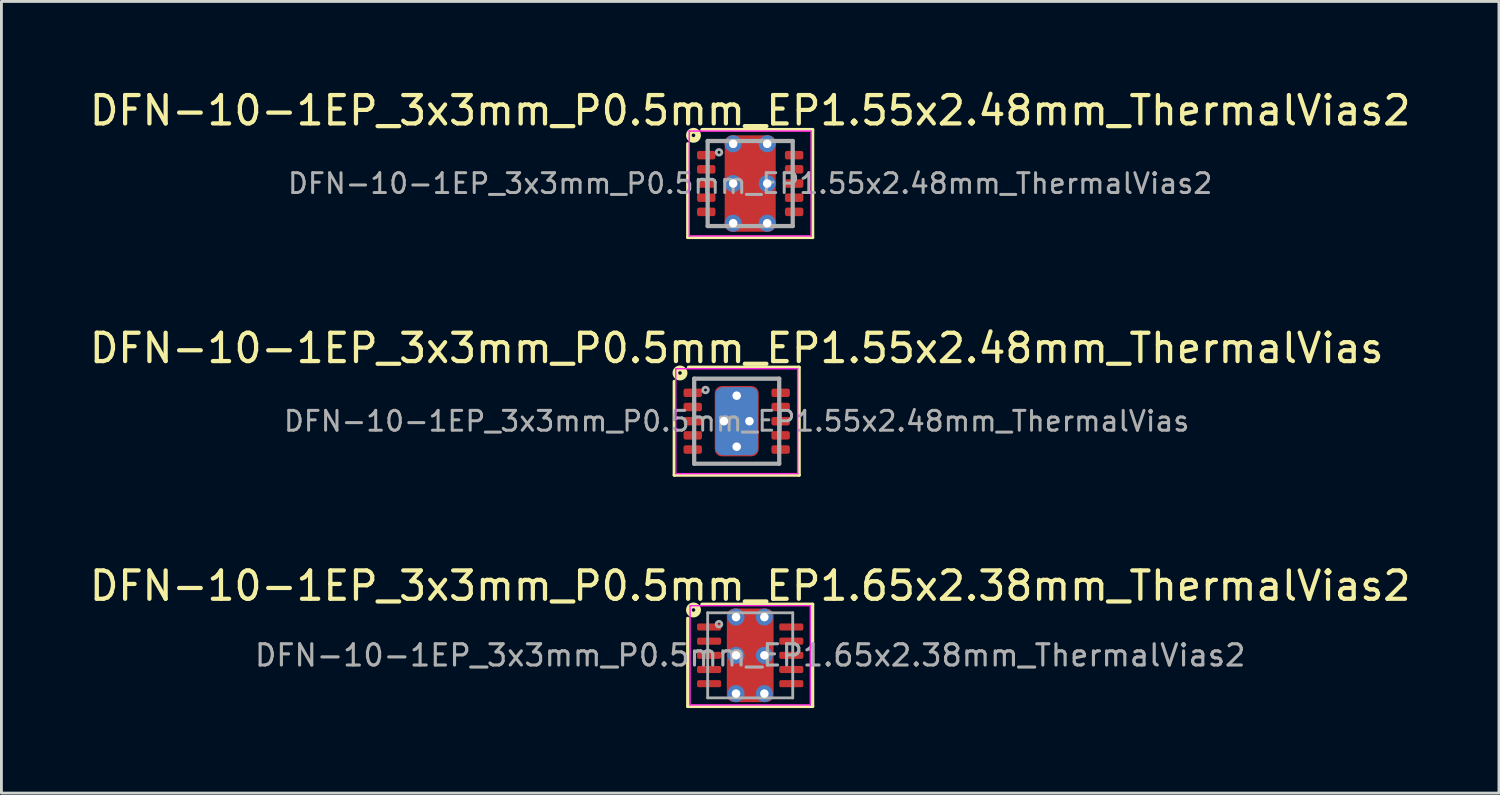
<source format=kicad_pcb>
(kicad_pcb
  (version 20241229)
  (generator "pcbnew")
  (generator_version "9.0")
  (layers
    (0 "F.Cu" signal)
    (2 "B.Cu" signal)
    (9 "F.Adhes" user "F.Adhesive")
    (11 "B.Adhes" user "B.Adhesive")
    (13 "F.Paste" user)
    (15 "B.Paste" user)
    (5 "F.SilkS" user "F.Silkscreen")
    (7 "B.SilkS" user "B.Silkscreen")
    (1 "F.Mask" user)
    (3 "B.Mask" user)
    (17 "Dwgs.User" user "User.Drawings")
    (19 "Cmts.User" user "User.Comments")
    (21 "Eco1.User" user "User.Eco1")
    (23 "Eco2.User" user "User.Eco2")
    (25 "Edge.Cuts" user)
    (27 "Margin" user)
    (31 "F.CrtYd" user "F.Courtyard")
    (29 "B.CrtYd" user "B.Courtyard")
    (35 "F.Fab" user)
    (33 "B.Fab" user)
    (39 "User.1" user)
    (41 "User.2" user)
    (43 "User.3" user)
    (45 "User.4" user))
  (footprint "DFN-10-1EP_3x3mm_P0.5mm_EP1.65x2.38mm_ThermalVias2"
    (layer "F.Cu")
    (at 23.411 20.065)
    (property "Reference" "DFN-10-1EP_3x3mm_P0.5mm_EP1.65x2.38mm_ThermalVias2" (at 0 -2.45 0) (layer "F.SilkS") (effects (font (size 1 1) (thickness 0.15))))
    (attr smd)
    (fp_line (start -2.2 1.8) (end -2.2 -1.3) (stroke (width 0.12) (type solid)) (layer "F.SilkS"))
    (fp_line (start -1.7 -1.8) (end 2.2 -1.8) (stroke (width 0.12) (type solid)) (layer "F.SilkS"))
    (fp_line (start 2.2 -1.8) (end 2.2 1.8) (stroke (width 0.12) (type solid)) (layer "F.SilkS"))
    (fp_line (start 2.2 1.8) (end -2.2 1.8) (stroke (width 0.12) (type solid)) (layer "F.SilkS"))
    (fp_circle (center -2 -1.6) (end -1.937 -1.6) (stroke (width 0.2) (type solid)) (fill no) (layer "F.SilkS"))
    (fp_line (start -2.12 -1.75) (end -2.12 1.75) (stroke (width 0.05) (type solid)) (layer "F.CrtYd"))
    (fp_line (start -2.12 1.75) (end 2.12 1.75) (stroke (width 0.05) (type solid)) (layer "F.CrtYd"))
    (fp_line (start 2.12 -1.75) (end -2.12 -1.75) (stroke (width 0.05) (type solid)) (layer "F.CrtYd"))
    (fp_line (start 2.12 1.75) (end 2.12 -1.75) (stroke (width 0.05) (type solid)) (layer "F.CrtYd"))
    (fp_line (start -1.5 -1.5) (end 1.5 -1.5) (stroke (width 0.1) (type solid)) (layer "F.Fab"))
    (fp_line (start -1.5 1.5) (end -1.5 -1.5) (stroke (width 0.1) (type solid)) (layer "F.Fab"))
    (fp_line (start 1.5 -1.5) (end 1.5 1.5) (stroke (width 0.1) (type solid)) (layer "F.Fab"))
    (fp_line (start 1.5 1.5) (end -1.5 1.5) (stroke (width 0.1) (type solid)) (layer "F.Fab"))
    (fp_circle (center -1.1 -1.1) (end -1 -1.1) (stroke (width 0.1) (type solid)) (fill no) (layer "F.Fab"))
    (fp_text user "${REFERENCE}" (at 0 0 0) (layer "F.Fab") (effects (font (size 0.75 0.75) (thickness 0.11))))
    (pad "" smd roundrect (at -0.375 -0.675) (size 0.55 0.55) (layers "F.Paste") (roundrect_rratio 0.25))
    (pad "" smd roundrect (at -0.375 0.675) (size 0.55 0.55) (layers "F.Paste") (roundrect_rratio 0.25))
    (pad "" smd roundrect (at 0 -0.675) (size 1.45 0.75) (layers "F.Mask") (roundrect_rratio 0.25))
    (pad "" smd roundrect (at 0 0.675) (size 1.45 0.75) (layers "F.Mask") (roundrect_rratio 0.25))
    (pad "" smd roundrect (at 0.375 -0.675) (size 0.55 0.55) (layers "F.Paste") (roundrect_rratio 0.25))
    (pad "" smd roundrect (at 0.375 0.675) (size 0.55 0.55) (layers "F.Paste") (roundrect_rratio 0.25))
    (pad "1" smd roundrect (at -1.45 -1) (size 0.85 0.25) (layers "F.Cu" "F.Mask" "F.Paste") (roundrect_rratio 0.25))
    (pad "2" smd roundrect (at -1.45 -0.5) (size 0.85 0.25) (layers "F.Cu" "F.Mask" "F.Paste") (roundrect_rratio 0.25))
    (pad "3" smd roundrect (at -1.45 0) (size 0.85 0.25) (layers "F.Cu" "F.Mask" "F.Paste") (roundrect_rratio 0.25))
    (pad "4" smd roundrect (at -1.45 0.5) (size 0.85 0.25) (layers "F.Cu" "F.Mask" "F.Paste") (roundrect_rratio 0.25))
    (pad "5" smd roundrect (at -1.45 1) (size 0.85 0.25) (layers "F.Cu" "F.Mask" "F.Paste") (roundrect_rratio 0.25))
    (pad "6" smd roundrect (at 1.45 1) (size 0.85 0.25) (layers "F.Cu" "F.Mask" "F.Paste") (roundrect_rratio 0.25))
    (pad "7" smd roundrect (at 1.45 0.5) (size 0.85 0.25) (layers "F.Cu" "F.Mask" "F.Paste") (roundrect_rratio 0.25))
    (pad "8" smd roundrect (at 1.45 0) (size 0.85 0.25) (layers "F.Cu" "F.Mask" "F.Paste") (roundrect_rratio 0.25))
    (pad "9" smd roundrect (at 1.45 -0.5) (size 0.85 0.25) (layers "F.Cu" "F.Mask" "F.Paste") (roundrect_rratio 0.25))
    (pad "10" smd roundrect (at 1.45 -1) (size 0.85 0.25) (layers "F.Cu" "F.Mask" "F.Paste") (roundrect_rratio 0.25))
    (pad "11" thru_hole circle (at -0.5 -1.35) (size 0.6 0.6) (drill 0.3) (property pad_prop_heatsink) (layers "*.Cu" "*.Mask"))
    (pad "11" thru_hole circle (at -0.5 0) (size 0.6 0.6) (drill 0.3) (property pad_prop_heatsink) (layers "*.Cu" "*.Mask"))
    (pad "11" thru_hole circle (at -0.5 1.35) (size 0.6 0.6) (drill 0.3) (property pad_prop_heatsink) (layers "*.Cu" "*.Mask"))
    (pad "11" smd roundrect (at 0 0) (size 1.65 3.3) (layers "F.Cu") (roundrect_rratio 0.152))
    (pad "11" thru_hole circle (at 0.5 -1.35) (size 0.6 0.6) (drill 0.3) (property pad_prop_heatsink) (layers "*.Cu" "*.Mask"))
    (pad "11" thru_hole circle (at 0.5 0) (size 0.6 0.6) (drill 0.3) (property pad_prop_heatsink) (layers "*.Cu" "*.Mask"))
    (pad "11" thru_hole circle (at 0.5 1.35) (size 0.6 0.6) (drill 0.3) (property pad_prop_heatsink) (layers "*.Cu" "*.Mask")))
  (footprint "DFN-10-1EP_3x3mm_P0.5mm_EP1.55x2.48mm_ThermalVias2"
    (layer "F.Cu")
    (at 23.411 3.423)
    (property "Reference" "DFN-10-1EP_3x3mm_P0.5mm_EP1.55x2.48mm_ThermalVias2" (at 0 -2.575 0) (layer "F.SilkS") (effects (font (size 1 1) (thickness 0.15))))
    (attr smd)
    (fp_line (start -2.2 1.9) (end -2.2 -1.4) (stroke (width 0.12) (type solid)) (layer "F.SilkS"))
    (fp_line (start -1.7 -1.9) (end 2.2 -1.9) (stroke (width 0.12) (type solid)) (layer "F.SilkS"))
    (fp_line (start 2.2 -1.9) (end 2.2 1.9) (stroke (width 0.12) (type solid)) (layer "F.SilkS"))
    (fp_line (start 2.2 1.9) (end -2.2 1.9) (stroke (width 0.12) (type solid)) (layer "F.SilkS"))
    (fp_circle (center -2 -1.7) (end -1.937 -1.7) (stroke (width 0.2) (type solid)) (fill no) (layer "F.SilkS"))
    (fp_line (start -2.15 -1.85) (end -2.15 1.85) (stroke (width 0.05) (type solid)) (layer "F.CrtYd"))
    (fp_line (start -2.15 -1.85) (end 2.15 -1.85) (stroke (width 0.05) (type solid)) (layer "F.CrtYd"))
    (fp_line (start -2.15 1.85) (end 2.15 1.85) (stroke (width 0.05) (type solid)) (layer "F.CrtYd"))
    (fp_line (start 2.15 -1.85) (end 2.15 1.85) (stroke (width 0.05) (type solid)) (layer "F.CrtYd"))
    (fp_line (start -1.5 -1.5) (end 1.5 -1.5) (stroke (width 0.15) (type solid)) (layer "F.Fab"))
    (fp_line (start -1.5 1.5) (end -1.5 -1.5) (stroke (width 0.15) (type solid)) (layer "F.Fab"))
    (fp_line (start 1.5 -1.5) (end 1.5 1.5) (stroke (width 0.15) (type solid)) (layer "F.Fab"))
    (fp_line (start 1.5 1.5) (end -1.5 1.5) (stroke (width 0.15) (type solid)) (layer "F.Fab"))
    (fp_circle (center -1.1 -1.1) (end -1 -1.1) (stroke (width 0.1) (type solid)) (fill no) (layer "F.Fab"))
    (fp_text user "${REFERENCE}" (at 0 0 0) (layer "F.Fab") (effects (font (size 0.7 0.7) (thickness 0.105))))
    (pad "" smd roundrect (at -0.4 -0.7) (size 0.6 0.6) (layers "F.Paste") (roundrect_rratio 0.25))
    (pad "" smd roundrect (at -0.4 0.7) (size 0.6 0.6) (layers "F.Paste") (roundrect_rratio 0.25))
    (pad "" smd roundrect (at 0 -0.7) (size 1.55 0.8) (layers "F.Mask") (roundrect_rratio 0.25))
    (pad "" smd roundrect (at 0 0.7) (size 1.55 0.8) (layers "F.Mask") (roundrect_rratio 0.25))
    (pad "" smd roundrect (at 0.4 -0.7) (size 0.6 0.6) (layers "F.Paste") (roundrect_rratio 0.25))
    (pad "" smd roundrect (at 0.4 0.7) (size 0.6 0.6) (layers "F.Paste") (roundrect_rratio 0.25))
    (pad "1" smd roundrect (at -1.55 -1) (size 0.65 0.3) (layers "F.Cu" "F.Mask" "F.Paste") (roundrect_rratio 0.25))
    (pad "2" smd roundrect (at -1.55 -0.5) (size 0.65 0.3) (layers "F.Cu" "F.Mask" "F.Paste") (roundrect_rratio 0.25))
    (pad "3" smd roundrect (at -1.55 0) (size 0.65 0.3) (layers "F.Cu" "F.Mask" "F.Paste") (roundrect_rratio 0.25))
    (pad "4" smd roundrect (at -1.55 0.5) (size 0.65 0.3) (layers "F.Cu" "F.Mask" "F.Paste") (roundrect_rratio 0.25))
    (pad "5" smd roundrect (at -1.55 1) (size 0.65 0.3) (layers "F.Cu" "F.Mask" "F.Paste") (roundrect_rratio 0.25))
    (pad "6" smd roundrect (at 1.55 1) (size 0.65 0.3) (layers "F.Cu" "F.Mask" "F.Paste") (roundrect_rratio 0.25))
    (pad "7" smd roundrect (at 1.55 0.5) (size 0.65 0.3) (layers "F.Cu" "F.Mask" "F.Paste") (roundrect_rratio 0.25))
    (pad "8" smd roundrect (at 1.55 0) (size 0.65 0.3) (layers "F.Cu" "F.Mask" "F.Paste") (roundrect_rratio 0.25))
    (pad "9" smd roundrect (at 1.55 -0.5) (size 0.65 0.3) (layers "F.Cu" "F.Mask" "F.Paste") (roundrect_rratio 0.25))
    (pad "10" smd roundrect (at 1.55 -1) (size 0.65 0.3) (layers "F.Cu" "F.Mask" "F.Paste") (roundrect_rratio 0.25))
    (pad "11" thru_hole circle (at -0.6 -1.4) (size 0.6 0.6) (drill 0.3) (property pad_prop_heatsink) (layers "*.Cu" "*.Mask"))
    (pad "11" thru_hole circle (at -0.6 0) (size 0.6 0.6) (drill 0.3) (property pad_prop_heatsink) (layers "*.Cu" "*.Mask"))
    (pad "11" thru_hole circle (at -0.6 1.4) (size 0.6 0.6) (drill 0.3) (property pad_prop_heatsink) (layers "*.Cu" "*.Mask"))
    (pad "11" smd roundrect (at 0 0) (size 1.8 3.4) (layers "F.Cu") (roundrect_rratio 0.139))
    (pad "11" thru_hole circle (at 0.6 -1.4) (size 0.6 0.6) (drill 0.3) (property pad_prop_heatsink) (layers "*.Cu" "*.Mask"))
    (pad "11" thru_hole circle (at 0.6 0) (size 0.6 0.6) (drill 0.3) (property pad_prop_heatsink) (layers "*.Cu" "*.Mask"))
    (pad "11" thru_hole circle (at 0.6 1.4) (size 0.6 0.6) (drill 0.3) (property pad_prop_heatsink) (layers "*.Cu" "*.Mask")))
  (footprint "DFN-10-1EP_3x3mm_P0.5mm_EP1.55x2.48mm_ThermalVias"
    (layer "F.Cu")
    (at 22.935 11.806)
    (property "Reference" "DFN-10-1EP_3x3mm_P0.5mm_EP1.55x2.48mm_ThermalVias" (at 0 -2.575 0) (layer "F.SilkS") (effects (font (size 1 1) (thickness 0.15))))
    (attr smd)
    (fp_line (start -2.2 1.9) (end -2.2 -1.4) (stroke (width 0.12) (type solid)) (layer "F.SilkS"))
    (fp_line (start -1.7 -1.9) (end 2.2 -1.9) (stroke (width 0.12) (type solid)) (layer "F.SilkS"))
    (fp_line (start 2.2 -1.9) (end 2.2 1.9) (stroke (width 0.12) (type solid)) (layer "F.SilkS"))
    (fp_line (start 2.2 1.9) (end -2.2 1.9) (stroke (width 0.12) (type solid)) (layer "F.SilkS"))
    (fp_circle (center -2 -1.7) (end -1.937 -1.7) (stroke (width 0.2) (type solid)) (fill no) (layer "F.SilkS"))
    (fp_line (start -2.15 -1.85) (end -2.15 1.85) (stroke (width 0.05) (type solid)) (layer "F.CrtYd"))
    (fp_line (start -2.15 -1.85) (end 2.15 -1.85) (stroke (width 0.05) (type solid)) (layer "F.CrtYd"))
    (fp_line (start -2.15 1.85) (end 2.15 1.85) (stroke (width 0.05) (type solid)) (layer "F.CrtYd"))
    (fp_line (start 2.15 -1.85) (end 2.15 1.85) (stroke (width 0.05) (type solid)) (layer "F.CrtYd"))
    (fp_line (start -1.5 -1.5) (end 1.5 -1.5) (stroke (width 0.15) (type solid)) (layer "F.Fab"))
    (fp_line (start -1.5 1.5) (end -1.5 -1.5) (stroke (width 0.15) (type solid)) (layer "F.Fab"))
    (fp_line (start 1.5 -1.5) (end 1.5 1.5) (stroke (width 0.15) (type solid)) (layer "F.Fab"))
    (fp_line (start 1.5 1.5) (end -1.5 1.5) (stroke (width 0.15) (type solid)) (layer "F.Fab"))
    (fp_circle (center -1.1 -1.1) (end -1 -1.1) (stroke (width 0.1) (type solid)) (fill no) (layer "F.Fab"))
    (fp_text user "${REFERENCE}" (at 0 0 0) (layer "F.Fab") (effects (font (size 0.7 0.7) (thickness 0.105))))
    (pad "" smd roundrect (at -0.394 -0.623) (size 0.588 1.045) (layers "F.Paste") (roundrect_rratio 0.25))
    (pad "" smd roundrect (at -0.394 0.623) (size 0.588 1.045) (layers "F.Paste") (roundrect_rratio 0.25))
    (pad "" smd roundrect (at 0.394 -0.623) (size 0.588 1.045) (layers "F.Paste") (roundrect_rratio 0.25))
    (pad "" smd roundrect (at 0.394 0.623) (size 0.588 1.045) (layers "F.Paste") (roundrect_rratio 0.25))
    (pad "1" smd roundrect (at -1.55 -1) (size 0.65 0.3) (layers "F.Cu" "F.Mask" "F.Paste") (roundrect_rratio 0.25))
    (pad "2" smd roundrect (at -1.55 -0.5) (size 0.65 0.3) (layers "F.Cu" "F.Mask" "F.Paste") (roundrect_rratio 0.25))
    (pad "3" smd roundrect (at -1.55 0) (size 0.65 0.3) (layers "F.Cu" "F.Mask" "F.Paste") (roundrect_rratio 0.25))
    (pad "4" smd roundrect (at -1.55 0.5) (size 0.65 0.3) (layers "F.Cu" "F.Mask" "F.Paste") (roundrect_rratio 0.25))
    (pad "5" smd roundrect (at -1.55 1) (size 0.65 0.3) (layers "F.Cu" "F.Mask" "F.Paste") (roundrect_rratio 0.25))
    (pad "6" smd roundrect (at 1.55 1) (size 0.65 0.3) (layers "F.Cu" "F.Mask" "F.Paste") (roundrect_rratio 0.25))
    (pad "7" smd roundrect (at 1.55 0.5) (size 0.65 0.3) (layers "F.Cu" "F.Mask" "F.Paste") (roundrect_rratio 0.25))
    (pad "8" smd roundrect (at 1.55 0) (size 0.65 0.3) (layers "F.Cu" "F.Mask" "F.Paste") (roundrect_rratio 0.25))
    (pad "9" smd roundrect (at 1.55 -0.5) (size 0.65 0.3) (layers "F.Cu" "F.Mask" "F.Paste") (roundrect_rratio 0.25))
    (pad "10" smd roundrect (at 1.55 -1) (size 0.65 0.3) (layers "F.Cu" "F.Mask" "F.Paste") (roundrect_rratio 0.25))
    (pad "11" thru_hole circle (at -0.45 0) (size 0.6 0.6) (drill 0.3) (property pad_prop_heatsink) (layers "*.Cu"))
    (pad "11" thru_hole circle (at 0 -0.9) (size 0.6 0.6) (drill 0.3) (property pad_prop_heatsink) (layers "*.Cu"))
    (pad "11" smd roundrect (at 0 0) (size 1.5 2.4) (layers "B.Cu" "B.Mask") (roundrect_rratio 0.167))
    (pad "11" smd roundrect (at 0 0) (size 1.55 2.48) (layers "F.Cu" "F.Mask") (roundrect_rratio 0.161))
    (pad "11" thru_hole circle (at 0 0.9) (size 0.6 0.6) (drill 0.3) (property pad_prop_heatsink) (layers "*.Cu"))
    (pad "11" thru_hole circle (at 0.45 0) (size 0.6 0.6) (drill 0.3) (property pad_prop_heatsink) (layers "*.Cu")))
  (gr_rect
    (start -3 -3)
    (end 49.821 24.925)
    (stroke (width 0.1) (type default))
    (fill no)
    (layer "Edge.Cuts")))
</source>
